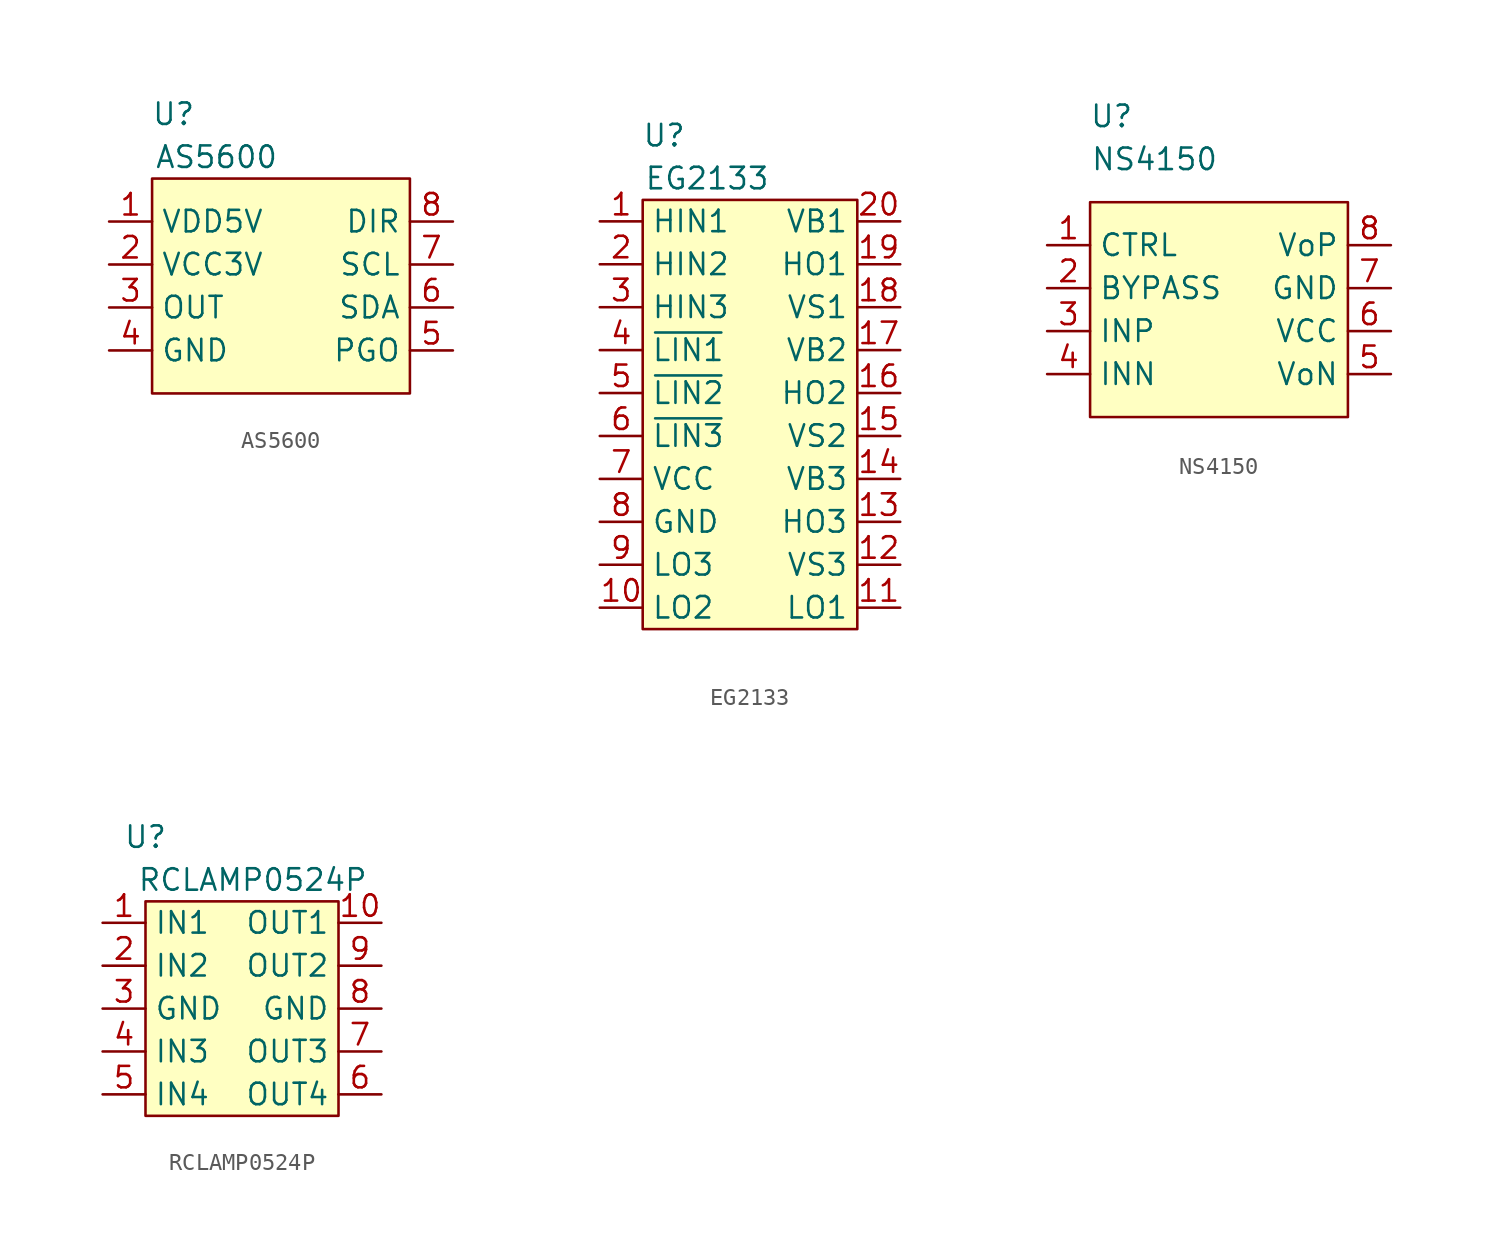
<source format=kicad_sym>
(kicad_symbol_lib
  (version 20211014)
  (generator kicad_symbol_editor)
  (symbol "AS5600"
    (property "Reference" "U"
      (at -2.54 3.81 0)
      (effects (font (size 1.27 1.27))))
    (property "Value" "AS5600"
      (at 0 1.27 0)
      (effects (font (size 1.27 1.27))))
    (symbol "AS5600_0_1"
      (rectangle (start -3.81 0) (end 11.43 -12.7) (stroke (width 0.152) (type default) (color 0 0 0 0)) (fill (type background))))
    (symbol "AS5600_1_1"
      (pin unspecified line (at -6.35 -2.54 0) (length 2.54) (name "VDD5V" (effects (font (size 1.27 1.27)))) (number "1" (effects (font (size 1.27 1.27)))))
      (pin unspecified line (at -6.35 -5.08 0) (length 2.54) (name "VCC3V" (effects (font (size 1.27 1.27)))) (number "2" (effects (font (size 1.27 1.27)))))
      (pin unspecified line (at -6.35 -7.62 0) (length 2.54) (name "OUT" (effects (font (size 1.27 1.27)))) (number "3" (effects (font (size 1.27 1.27)))))
      (pin unspecified line (at -6.35 -10.16 0) (length 2.54) (name "GND" (effects (font (size 1.27 1.27)))) (number "4" (effects (font (size 1.27 1.27)))))
      (pin unspecified line (at 13.97 -10.16 180) (length 2.54) (name "PGO" (effects (font (size 1.27 1.27)))) (number "5" (effects (font (size 1.27 1.27)))))
      (pin unspecified line (at 13.97 -7.62 180) (length 2.54) (name "SDA" (effects (font (size 1.27 1.27)))) (number "6" (effects (font (size 1.27 1.27)))))
      (pin unspecified line (at 13.97 -5.08 180) (length 2.54) (name "SCL" (effects (font (size 1.27 1.27)))) (number "7" (effects (font (size 1.27 1.27)))))
      (pin unspecified line (at 13.97 -2.54 180) (length 2.54) (name "DIR" (effects (font (size 1.27 1.27)))) (number "8" (effects (font (size 1.27 1.27)))))))
  (symbol "EG2133"
    (property "Reference" "U"
      (at -2.54 2.54 0)
      (effects (font (size 1.27 1.27))))
    (property "Value" "EG2133"
      (at 0 0 0)
      (effects (font (size 1.27 1.27))))
    (symbol "EG2133_0_0"
      (pin bidirectional line (at -6.35 -2.54 0) (length 2.54) (name "HIN1" (effects (font (size 1.27 1.27)))) (number "1" (effects (font (size 1.27 1.27)))))
      (pin bidirectional line (at -6.35 -25.4 0) (length 2.54) (name "LO2" (effects (font (size 1.27 1.27)))) (number "10" (effects (font (size 1.27 1.27)))))
      (pin bidirectional line (at 11.43 -25.4 180) (length 2.54) (name "LO1" (effects (font (size 1.27 1.27)))) (number "11" (effects (font (size 1.27 1.27)))))
      (pin bidirectional line (at 11.43 -22.86 180) (length 2.54) (name "VS3" (effects (font (size 1.27 1.27)))) (number "12" (effects (font (size 1.27 1.27)))))
      (pin bidirectional line (at 11.43 -20.32 180) (length 2.54) (name "HO3" (effects (font (size 1.27 1.27)))) (number "13" (effects (font (size 1.27 1.27)))))
      (pin bidirectional line (at 11.43 -17.78 180) (length 2.54) (name "VB3" (effects (font (size 1.27 1.27)))) (number "14" (effects (font (size 1.27 1.27)))))
      (pin bidirectional line (at 11.43 -15.24 180) (length 2.54) (name "VS2" (effects (font (size 1.27 1.27)))) (number "15" (effects (font (size 1.27 1.27)))))
      (pin bidirectional line (at 11.43 -12.7 180) (length 2.54) (name "HO2" (effects (font (size 1.27 1.27)))) (number "16" (effects (font (size 1.27 1.27)))))
      (pin bidirectional line (at 11.43 -10.16 180) (length 2.54) (name "VB2" (effects (font (size 1.27 1.27)))) (number "17" (effects (font (size 1.27 1.27)))))
      (pin bidirectional line (at 11.43 -7.62 180) (length 2.54) (name "VS1" (effects (font (size 1.27 1.27)))) (number "18" (effects (font (size 1.27 1.27)))))
      (pin bidirectional line (at 11.43 -5.08 180) (length 2.54) (name "HO1" (effects (font (size 1.27 1.27)))) (number "19" (effects (font (size 1.27 1.27)))))
      (pin bidirectional line (at -6.35 -5.08 0) (length 2.54) (name "HIN2" (effects (font (size 1.27 1.27)))) (number "2" (effects (font (size 1.27 1.27)))))
      (pin bidirectional line (at 11.43 -2.54 180) (length 2.54) (name "VB1" (effects (font (size 1.27 1.27)))) (number "20" (effects (font (size 1.27 1.27)))))
      (pin bidirectional line (at -6.35 -7.62 0) (length 2.54) (name "HIN3" (effects (font (size 1.27 1.27)))) (number "3" (effects (font (size 1.27 1.27)))))
      (pin bidirectional line (at -6.35 -10.16 0) (length 2.54) (name "~{LIN1}" (effects (font (size 1.27 1.27)))) (number "4" (effects (font (size 1.27 1.27)))))
      (pin bidirectional line (at -6.35 -12.7 0) (length 2.54) (name "~{LIN2}" (effects (font (size 1.27 1.27)))) (number "5" (effects (font (size 1.27 1.27)))))
      (pin bidirectional line (at -6.35 -15.24 0) (length 2.54) (name "~{LIN3}" (effects (font (size 1.27 1.27)))) (number "6" (effects (font (size 1.27 1.27)))))
      (pin bidirectional line (at -6.35 -17.78 0) (length 2.54) (name "VCC" (effects (font (size 1.27 1.27)))) (number "7" (effects (font (size 1.27 1.27)))))
      (pin bidirectional line (at -6.35 -20.32 0) (length 2.54) (name "GND" (effects (font (size 1.27 1.27)))) (number "8" (effects (font (size 1.27 1.27)))))
      (pin bidirectional line (at -6.35 -22.86 0) (length 2.54) (name "LO3" (effects (font (size 1.27 1.27)))) (number "9" (effects (font (size 1.27 1.27))))))
    (symbol "EG2133_0_1"
      (rectangle (start -3.81 -1.27) (end 8.89 -26.67) (stroke (width 0.152) (type default) (color 0 0 0 0)) (fill (type background)))))
  (symbol "NS4150"
    (property "Reference" "U"
      (at -1.27 5.08 0)
      (effects (font (size 1.27 1.27))))
    (property "Value" "NS4150"
      (at 1.27 2.54 0)
      (effects (font (size 1.27 1.27))))
    (symbol "NS4150_0_1"
      (rectangle (start -2.54 0) (end 12.7 -12.7) (stroke (width 0.152) (type default) (color 0 0 0 0)) (fill (type background))))
    (symbol "NS4150_1_1"
      (pin unspecified line (at -5.08 -2.54 0) (length 2.54) (name "CTRL" (effects (font (size 1.27 1.27)))) (number "1" (effects (font (size 1.27 1.27)))))
      (pin unspecified line (at -5.08 -5.08 0) (length 2.54) (name "BYPASS" (effects (font (size 1.27 1.27)))) (number "2" (effects (font (size 1.27 1.27)))))
      (pin unspecified line (at -5.08 -7.62 0) (length 2.54) (name "INP" (effects (font (size 1.27 1.27)))) (number "3" (effects (font (size 1.27 1.27)))))
      (pin unspecified line (at -5.08 -10.16 0) (length 2.54) (name "INN" (effects (font (size 1.27 1.27)))) (number "4" (effects (font (size 1.27 1.27)))))
      (pin unspecified line (at 15.24 -10.16 180) (length 2.54) (name "VoN" (effects (font (size 1.27 1.27)))) (number "5" (effects (font (size 1.27 1.27)))))
      (pin unspecified line (at 15.24 -7.62 180) (length 2.54) (name "VCC" (effects (font (size 1.27 1.27)))) (number "6" (effects (font (size 1.27 1.27)))))
      (pin unspecified line (at 15.24 -5.08 180) (length 2.54) (name "GND" (effects (font (size 1.27 1.27)))) (number "7" (effects (font (size 1.27 1.27)))))
      (pin unspecified line (at 15.24 -2.54 180) (length 2.54) (name "VoP" (effects (font (size 1.27 1.27)))) (number "8" (effects (font (size 1.27 1.27)))))))
  (symbol "RCLAMP0524P"
    (property "Reference" "U"
      (at -3.81 2.54 0)
      (effects (font (size 1.27 1.27))))
    (property "Value" "RCLAMP0524P"
      (at 2.54 0 0)
      (effects (font (size 1.27 1.27))))
    (symbol "RCLAMP0524P_0_1"
      (rectangle (start -3.81 -1.27) (end 7.62 -13.97) (stroke (width 0.152) (type default) (color 0 0 0 0)) (fill (type background))))
    (symbol "RCLAMP0524P_1_1"
      (pin unspecified line (at -6.35 -2.54 0) (length 2.54) (name "IN1" (effects (font (size 1.27 1.27)))) (number "1" (effects (font (size 1.27 1.27)))))
      (pin unspecified line (at 10.16 -2.54 180) (length 2.54) (name "OUT1" (effects (font (size 1.27 1.27)))) (number "10" (effects (font (size 1.27 1.27)))))
      (pin unspecified line (at -6.35 -5.08 0) (length 2.54) (name "IN2" (effects (font (size 1.27 1.27)))) (number "2" (effects (font (size 1.27 1.27)))))
      (pin unspecified line (at -6.35 -7.62 0) (length 2.54) (name "GND" (effects (font (size 1.27 1.27)))) (number "3" (effects (font (size 1.27 1.27)))))
      (pin unspecified line (at -6.35 -10.16 0) (length 2.54) (name "IN3" (effects (font (size 1.27 1.27)))) (number "4" (effects (font (size 1.27 1.27)))))
      (pin unspecified line (at -6.35 -12.7 0) (length 2.54) (name "IN4" (effects (font (size 1.27 1.27)))) (number "5" (effects (font (size 1.27 1.27)))))
      (pin unspecified line (at 10.16 -12.7 180) (length 2.54) (name "OUT4" (effects (font (size 1.27 1.27)))) (number "6" (effects (font (size 1.27 1.27)))))
      (pin unspecified line (at 10.16 -10.16 180) (length 2.54) (name "OUT3" (effects (font (size 1.27 1.27)))) (number "7" (effects (font (size 1.27 1.27)))))
      (pin unspecified line (at 10.16 -7.62 180) (length 2.54) (name "GND" (effects (font (size 1.27 1.27)))) (number "8" (effects (font (size 1.27 1.27)))))
      (pin unspecified line (at 10.16 -5.08 180) (length 2.54) (name "OUT2" (effects (font (size 1.27 1.27)))) (number "9" (effects (font (size 1.27 1.27))))))))
</source>
